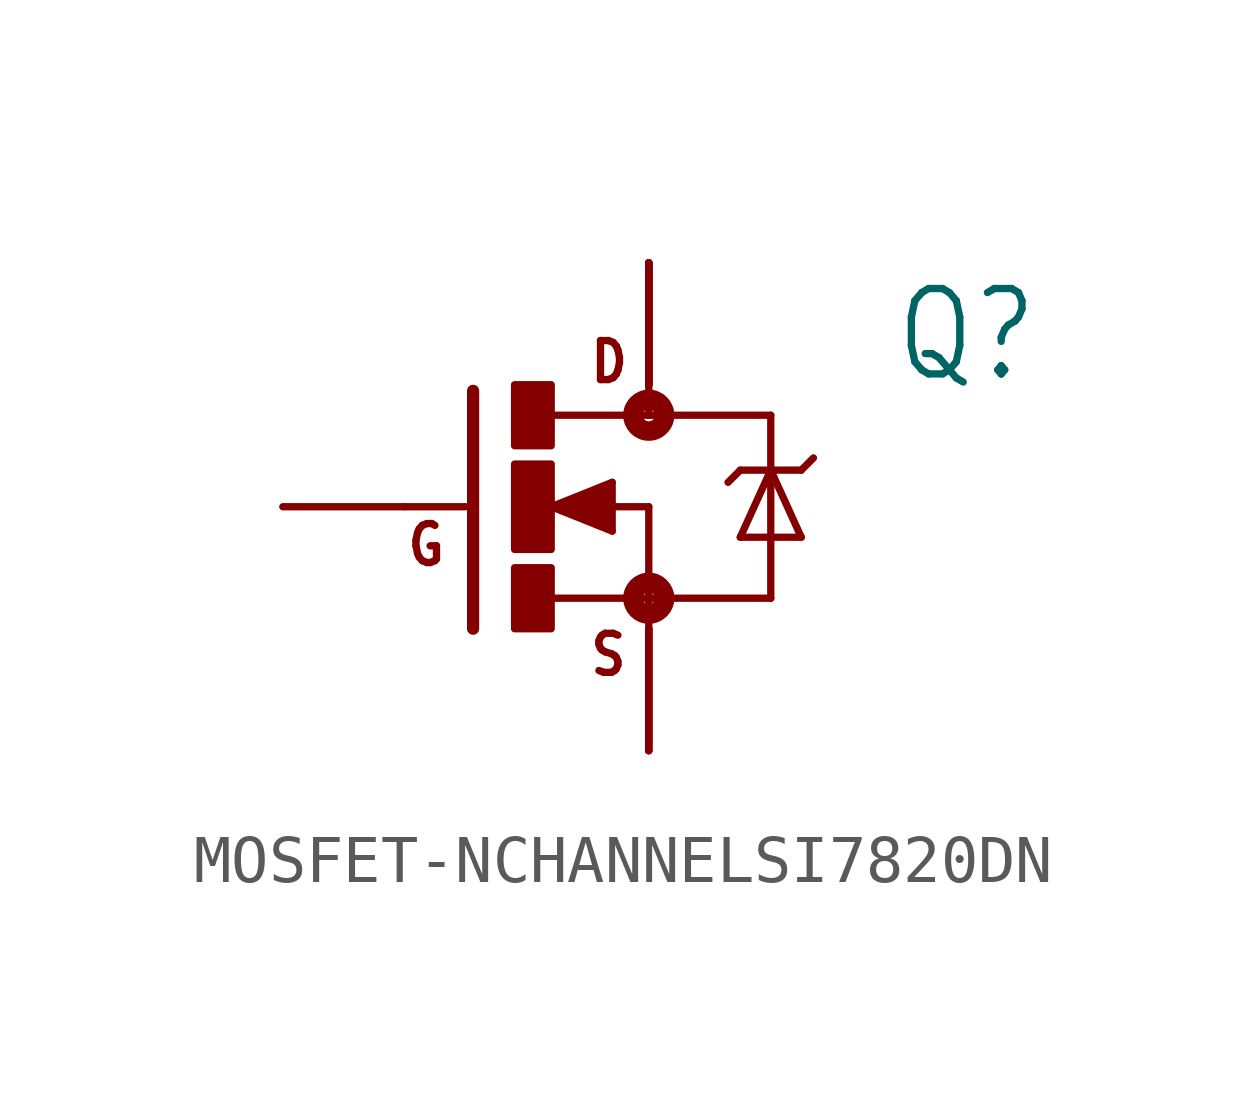
<source format=kicad_sym>
(kicad_symbol_lib
  (version 20220914)
  (generator kicad_symbol_editor)
  (symbol "MOSFET-NCHANNELSI7820DN"
    (property "Reference" "Q"
      (at 5.08 2.54 0)
      (effects (font (size 1.778 1.511)) (justify left bottom)))
    (property "Value" ""
      (at 5.08 0 0)
      (effects (font (size 1.778 1.511)) (justify left bottom)))
    (property "ki_locked" ""
      (at 0 0 0)
      (effects (font (size 1.27 1.27))))
    (symbol "MOSFET-NCHANNELSI7820DN_1_0"
      (rectangle (start -2.794 -2.54) (end -2.032 -1.27) (stroke (width 0) (type default)) (fill (type outline)))
      (rectangle (start -2.794 -0.889) (end -2.032 0.889) (stroke (width 0) (type default)) (fill (type outline)))
      (rectangle (start -2.794 1.27) (end -2.032 2.54) (stroke (width 0) (type default)) (fill (type outline)))
      (circle (center 0 -1.905) (radius 0.127) (stroke (width 0.406) (type solid)) (fill (type none)))
      (polyline (pts (xy -3.81 0) (xy -5.08 0)) (stroke (width 0.152) (type solid)) (fill (type none)))
      (polyline (pts (xy -3.658 2.413) (xy -3.658 -2.54)) (stroke (width 0.254) (type solid)) (fill (type none)))
      (polyline (pts (xy -2.032 -1.905) (xy 0 -1.905)) (stroke (width 0.152) (type solid)) (fill (type none)))
      (polyline (pts (xy -2.032 0) (xy -0.762 -0.508)) (stroke (width 0.152) (type solid)) (fill (type none)))
      (polyline (pts (xy -1.778 0) (xy -0.889 -0.254)) (stroke (width 0.305) (type solid)) (fill (type none)))
      (polyline (pts (xy -0.889 -0.254) (xy -0.889 0)) (stroke (width 0.305) (type solid)) (fill (type none)))
      (polyline (pts (xy -0.889 0) (xy -1.143 0)) (stroke (width 0.305) (type solid)) (fill (type none)))
      (polyline (pts (xy -0.889 0) (xy 0 0)) (stroke (width 0.152) (type solid)) (fill (type none)))
      (polyline (pts (xy -0.889 0.254) (xy -1.778 0)) (stroke (width 0.305) (type solid)) (fill (type none)))
      (polyline (pts (xy -0.762 -0.508) (xy -0.762 0.508)) (stroke (width 0.152) (type solid)) (fill (type none)))
      (polyline (pts (xy -0.762 0.508) (xy -2.032 0)) (stroke (width 0.152) (type solid)) (fill (type none)))
      (polyline (pts (xy 0 -1.905) (xy 0 -2.54)) (stroke (width 0.152) (type solid)) (fill (type none)))
      (polyline (pts (xy 0 0) (xy 0 -1.905)) (stroke (width 0.152) (type solid)) (fill (type none)))
      (polyline (pts (xy 0 1.905) (xy -2.007 1.905)) (stroke (width 0.152) (type solid)) (fill (type none)))
      (polyline (pts (xy 0 1.905) (xy 2.54 1.905)) (stroke (width 0.152) (type solid)) (fill (type none)))
      (polyline (pts (xy 0 2.54) (xy 0 1.905)) (stroke (width 0.152) (type solid)) (fill (type none)))
      (polyline (pts (xy 1.905 -0.635) (xy 3.175 -0.635)) (stroke (width 0.152) (type solid)) (fill (type none)))
      (polyline (pts (xy 1.905 0.762) (xy 1.651 0.508)) (stroke (width 0.152) (type solid)) (fill (type none)))
      (polyline (pts (xy 1.905 0.762) (xy 2.54 0.762)) (stroke (width 0.152) (type solid)) (fill (type none)))
      (polyline (pts (xy 2.54 -1.905) (xy 0 -1.905)) (stroke (width 0.152) (type solid)) (fill (type none)))
      (polyline (pts (xy 2.54 0.762) (xy 1.905 -0.635)) (stroke (width 0.152) (type solid)) (fill (type none)))
      (polyline (pts (xy 2.54 0.762) (xy 2.54 -1.905)) (stroke (width 0.152) (type solid)) (fill (type none)))
      (polyline (pts (xy 2.54 0.762) (xy 3.175 0.762)) (stroke (width 0.152) (type solid)) (fill (type none)))
      (polyline (pts (xy 2.54 1.905) (xy 2.54 0.762)) (stroke (width 0.152) (type solid)) (fill (type none)))
      (polyline (pts (xy 3.175 -0.635) (xy 2.54 0.762)) (stroke (width 0.152) (type solid)) (fill (type none)))
      (polyline (pts (xy 3.175 0.762) (xy 3.429 1.016)) (stroke (width 0.152) (type solid)) (fill (type none)))
      (circle (center 0 1.905) (radius 0.127) (stroke (width 0.406) (type solid)) (fill (type none)))
      (text "D" (at -1.27 2.54 0) (effects (font (size 0.813 0.691)) (justify left bottom)))
      (text "G" (at -5.08 -1.27 0) (effects (font (size 0.813 0.691)) (justify left bottom)))
      (text "S" (at -1.27 -3.556 0) (effects (font (size 0.813 0.691)) (justify left bottom)))
      (pin passive line (at 0 5.08 270) (length 2.54) (name "D" (effects (font (size 0 0)))) (number "D1" (effects (font (size 0 0)))))
      (pin passive line (at 0 5.08 270) (length 2.54) (name "D" (effects (font (size 0 0)))) (number "D2" (effects (font (size 0 0)))))
      (pin passive line (at 0 5.08 270) (length 2.54) (name "D" (effects (font (size 0 0)))) (number "D3" (effects (font (size 0 0)))))
      (pin passive line (at 0 5.08 270) (length 2.54) (name "D" (effects (font (size 0 0)))) (number "D4" (effects (font (size 0 0)))))
      (pin passive line (at 0 5.08 270) (length 2.54) (name "D" (effects (font (size 0 0)))) (number "DPAD" (effects (font (size 0 0)))))
      (pin passive line (at -7.62 0 0) (length 2.54) (name "G" (effects (font (size 0 0)))) (number "G" (effects (font (size 0 0)))))
      (pin passive line (at 0 -5.08 90) (length 2.54) (name "S" (effects (font (size 0 0)))) (number "S1" (effects (font (size 0 0)))))
      (pin passive line (at 0 -5.08 90) (length 2.54) (name "S" (effects (font (size 0 0)))) (number "S2" (effects (font (size 0 0)))))
      (pin passive line (at 0 -5.08 90) (length 2.54) (name "S" (effects (font (size 0 0)))) (number "S3" (effects (font (size 0 0))))))))
</source>
